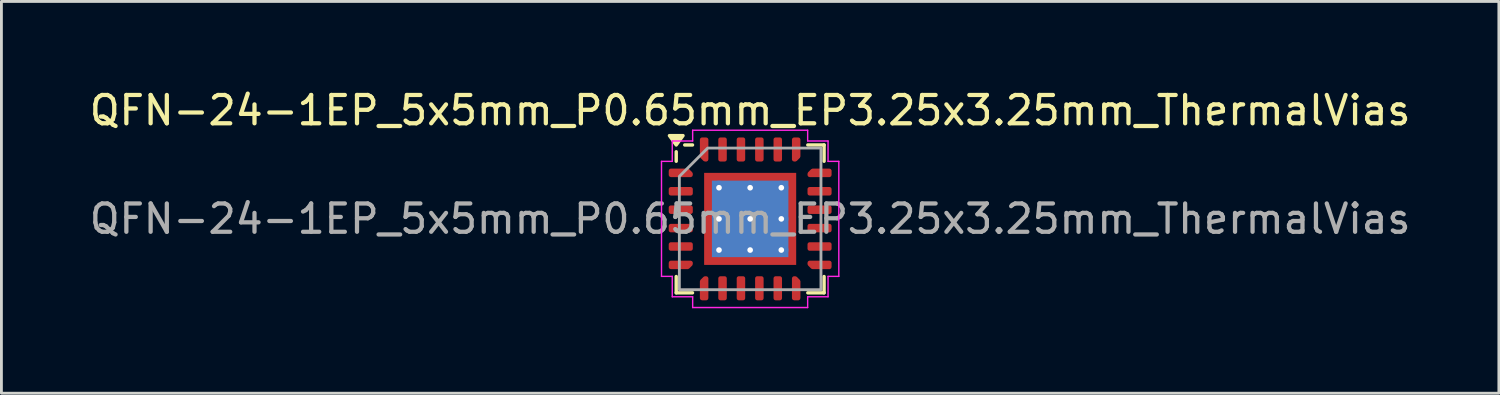
<source format=kicad_pcb>
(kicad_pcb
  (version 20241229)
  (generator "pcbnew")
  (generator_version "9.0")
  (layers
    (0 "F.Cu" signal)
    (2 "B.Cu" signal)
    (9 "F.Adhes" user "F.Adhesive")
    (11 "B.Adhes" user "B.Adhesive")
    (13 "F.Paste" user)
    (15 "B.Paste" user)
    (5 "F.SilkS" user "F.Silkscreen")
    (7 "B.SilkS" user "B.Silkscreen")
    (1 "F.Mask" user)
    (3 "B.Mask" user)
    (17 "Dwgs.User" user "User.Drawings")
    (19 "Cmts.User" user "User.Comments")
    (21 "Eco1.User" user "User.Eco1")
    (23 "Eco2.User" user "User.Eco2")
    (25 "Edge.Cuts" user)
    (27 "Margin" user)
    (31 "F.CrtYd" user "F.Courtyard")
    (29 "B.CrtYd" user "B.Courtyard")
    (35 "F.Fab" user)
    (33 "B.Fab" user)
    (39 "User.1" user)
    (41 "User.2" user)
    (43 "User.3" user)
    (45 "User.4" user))
  (footprint "QFN-24-1EP_5x5mm_P0.65mm_EP3.25x3.25mm_ThermalVias"
    (layer "F.Cu")
    (at 23.435 4.678)
    (property "Reference" "QFN-24-1EP_5x5mm_P0.65mm_EP3.25x3.25mm_ThermalVias" (at 0 -3.83 0) (layer "F.SilkS") (effects (font (size 1 1) (thickness 0.15))))
    (attr smd)
    (fp_line (start -2.61 -2.035) (end -2.61 -2.37) (stroke (width 0.12) (type solid)) (layer "F.SilkS"))
    (fp_line (start -2.61 2.61) (end -2.61 2.035) (stroke (width 0.12) (type solid)) (layer "F.SilkS"))
    (fp_line (start -2.035 -2.61) (end -2.31 -2.61) (stroke (width 0.12) (type solid)) (layer "F.SilkS"))
    (fp_line (start -2.035 2.61) (end -2.61 2.61) (stroke (width 0.12) (type solid)) (layer "F.SilkS"))
    (fp_line (start 2.035 -2.61) (end 2.61 -2.61) (stroke (width 0.12) (type solid)) (layer "F.SilkS"))
    (fp_line (start 2.035 2.61) (end 2.61 2.61) (stroke (width 0.12) (type solid)) (layer "F.SilkS"))
    (fp_line (start 2.61 -2.61) (end 2.61 -2.035) (stroke (width 0.12) (type solid)) (layer "F.SilkS"))
    (fp_line (start 2.61 2.61) (end 2.61 2.035) (stroke (width 0.12) (type solid)) (layer "F.SilkS"))
    (fp_poly (pts (xy -2.61 -2.61) (xy -2.85 -2.94) (xy -2.37 -2.94)) (stroke (width 0.12) (type solid)) (fill yes) (layer "F.SilkS"))
    (fp_line (start -3.13 -2.03) (end -2.75 -2.03) (stroke (width 0.05) (type solid)) (layer "F.CrtYd"))
    (fp_line (start -3.13 2.03) (end -3.13 -2.03) (stroke (width 0.05) (type solid)) (layer "F.CrtYd"))
    (fp_line (start -2.75 -2.75) (end -2.03 -2.75) (stroke (width 0.05) (type solid)) (layer "F.CrtYd"))
    (fp_line (start -2.75 -2.03) (end -2.75 -2.75) (stroke (width 0.05) (type solid)) (layer "F.CrtYd"))
    (fp_line (start -2.75 2.03) (end -3.13 2.03) (stroke (width 0.05) (type solid)) (layer "F.CrtYd"))
    (fp_line (start -2.75 2.75) (end -2.75 2.03) (stroke (width 0.05) (type solid)) (layer "F.CrtYd"))
    (fp_line (start -2.03 -3.13) (end 2.03 -3.13) (stroke (width 0.05) (type solid)) (layer "F.CrtYd"))
    (fp_line (start -2.03 -2.75) (end -2.03 -3.13) (stroke (width 0.05) (type solid)) (layer "F.CrtYd"))
    (fp_line (start -2.03 2.75) (end -2.75 2.75) (stroke (width 0.05) (type solid)) (layer "F.CrtYd"))
    (fp_line (start -2.03 3.13) (end -2.03 2.75) (stroke (width 0.05) (type solid)) (layer "F.CrtYd"))
    (fp_line (start 2.03 -3.13) (end 2.03 -2.75) (stroke (width 0.05) (type solid)) (layer "F.CrtYd"))
    (fp_line (start 2.03 -2.75) (end 2.75 -2.75) (stroke (width 0.05) (type solid)) (layer "F.CrtYd"))
    (fp_line (start 2.03 2.75) (end 2.03 3.13) (stroke (width 0.05) (type solid)) (layer "F.CrtYd"))
    (fp_line (start 2.03 3.13) (end -2.03 3.13) (stroke (width 0.05) (type solid)) (layer "F.CrtYd"))
    (fp_line (start 2.75 -2.75) (end 2.75 -2.03) (stroke (width 0.05) (type solid)) (layer "F.CrtYd"))
    (fp_line (start 2.75 -2.03) (end 3.13 -2.03) (stroke (width 0.05) (type solid)) (layer "F.CrtYd"))
    (fp_line (start 2.75 2.03) (end 2.75 2.75) (stroke (width 0.05) (type solid)) (layer "F.CrtYd"))
    (fp_line (start 2.75 2.75) (end 2.03 2.75) (stroke (width 0.05) (type solid)) (layer "F.CrtYd"))
    (fp_line (start 3.13 -2.03) (end 3.13 2.03) (stroke (width 0.05) (type solid)) (layer "F.CrtYd"))
    (fp_line (start 3.13 2.03) (end 2.75 2.03) (stroke (width 0.05) (type solid)) (layer "F.CrtYd"))
    (fp_poly (pts (xy -2.5 -1.5) (xy -2.5 2.5) (xy 2.5 2.5) (xy 2.5 -2.5) (xy -1.5 -2.5)) (stroke (width 0.1) (type solid)) (fill no) (layer "F.Fab"))
    (fp_text user "${REFERENCE}" (at 0 0 0) (layer "F.Fab") (effects (font (size 1 1) (thickness 0.15))))
    (pad "" smd roundrect (at -0.81 -0.81) (size 1.31 1.31) (layers "F.Paste") (roundrect_rratio 0.191))
    (pad "" smd roundrect (at -0.81 0.81) (size 1.31 1.31) (layers "F.Paste") (roundrect_rratio 0.191))
    (pad "" smd roundrect (at 0.81 -0.81) (size 1.31 1.31) (layers "F.Paste") (roundrect_rratio 0.191))
    (pad "" smd roundrect (at 0.81 0.81) (size 1.31 1.31) (layers "F.Paste") (roundrect_rratio 0.191))
    (pad "1" smd custom (at -2.45 -1.625) (size 0.194 0.194) (layers "F.Cu" "F.Mask" "F.Paste") (options (anchor circle)) (primitives (gr_poly (pts (xy -0.35 -0.075) (xy 0.244 -0.075) (xy 0.35 0.031) (xy 0.35 0.075) (xy -0.35 0.075)) (width 0.15) (fill yes))))
    (pad "2" smd roundrect (at -2.45 -0.975) (size 0.85 0.3) (layers "F.Cu" "F.Mask" "F.Paste") (roundrect_rratio 0.25))
    (pad "3" smd roundrect (at -2.45 -0.325) (size 0.85 0.3) (layers "F.Cu" "F.Mask" "F.Paste") (roundrect_rratio 0.25))
    (pad "4" smd roundrect (at -2.45 0.325) (size 0.85 0.3) (layers "F.Cu" "F.Mask" "F.Paste") (roundrect_rratio 0.25))
    (pad "5" smd roundrect (at -2.45 0.975) (size 0.85 0.3) (layers "F.Cu" "F.Mask" "F.Paste") (roundrect_rratio 0.25))
    (pad "6" smd custom (at -2.45 1.625) (size 0.194 0.194) (layers "F.Cu" "F.Mask" "F.Paste") (options (anchor circle)) (primitives (gr_poly (pts (xy -0.35 -0.075) (xy 0.35 -0.075) (xy 0.35 -0.031) (xy 0.244 0.075) (xy -0.35 0.075)) (width 0.15) (fill yes))))
    (pad "7" smd custom (at -1.625 2.45) (size 0.194 0.194) (layers "F.Cu" "F.Mask" "F.Paste") (options (anchor circle)) (primitives (gr_poly (pts (xy -0.075 -0.244) (xy 0.031 -0.35) (xy 0.075 -0.35) (xy 0.075 0.35) (xy -0.075 0.35)) (width 0.15) (fill yes))))
    (pad "8" smd roundrect (at -0.975 2.45) (size 0.3 0.85) (layers "F.Cu" "F.Mask" "F.Paste") (roundrect_rratio 0.25))
    (pad "9" smd roundrect (at -0.325 2.45) (size 0.3 0.85) (layers "F.Cu" "F.Mask" "F.Paste") (roundrect_rratio 0.25))
    (pad "10" smd roundrect (at 0.325 2.45) (size 0.3 0.85) (layers "F.Cu" "F.Mask" "F.Paste") (roundrect_rratio 0.25))
    (pad "11" smd roundrect (at 0.975 2.45) (size 0.3 0.85) (layers "F.Cu" "F.Mask" "F.Paste") (roundrect_rratio 0.25))
    (pad "12" smd custom (at 1.625 2.45) (size 0.194 0.194) (layers "F.Cu" "F.Mask" "F.Paste") (options (anchor circle)) (primitives (gr_poly (pts (xy -0.075 -0.35) (xy -0.031 -0.35) (xy 0.075 -0.244) (xy 0.075 0.35) (xy -0.075 0.35)) (width 0.15) (fill yes))))
    (pad "13" smd custom (at 2.45 1.625) (size 0.194 0.194) (layers "F.Cu" "F.Mask" "F.Paste") (options (anchor circle)) (primitives (gr_poly (pts (xy -0.35 -0.075) (xy 0.35 -0.075) (xy 0.35 0.075) (xy -0.244 0.075) (xy -0.35 -0.031)) (width 0.15) (fill yes))))
    (pad "14" smd roundrect (at 2.45 0.975) (size 0.85 0.3) (layers "F.Cu" "F.Mask" "F.Paste") (roundrect_rratio 0.25))
    (pad "15" smd roundrect (at 2.45 0.325) (size 0.85 0.3) (layers "F.Cu" "F.Mask" "F.Paste") (roundrect_rratio 0.25))
    (pad "16" smd roundrect (at 2.45 -0.325) (size 0.85 0.3) (layers "F.Cu" "F.Mask" "F.Paste") (roundrect_rratio 0.25))
    (pad "17" smd roundrect (at 2.45 -0.975) (size 0.85 0.3) (layers "F.Cu" "F.Mask" "F.Paste") (roundrect_rratio 0.25))
    (pad "18" smd custom (at 2.45 -1.625) (size 0.194 0.194) (layers "F.Cu" "F.Mask" "F.Paste") (options (anchor circle)) (primitives (gr_poly (pts (xy -0.35 0.031) (xy -0.244 -0.075) (xy 0.35 -0.075) (xy 0.35 0.075) (xy -0.35 0.075)) (width 0.15) (fill yes))))
    (pad "19" smd custom (at 1.625 -2.45) (size 0.194 0.194) (layers "F.Cu" "F.Mask" "F.Paste") (options (anchor circle)) (primitives (gr_poly (pts (xy -0.075 -0.35) (xy 0.075 -0.35) (xy 0.075 0.244) (xy -0.031 0.35) (xy -0.075 0.35)) (width 0.15) (fill yes))))
    (pad "20" smd roundrect (at 0.975 -2.45) (size 0.3 0.85) (layers "F.Cu" "F.Mask" "F.Paste") (roundrect_rratio 0.25))
    (pad "21" smd roundrect (at 0.325 -2.45) (size 0.3 0.85) (layers "F.Cu" "F.Mask" "F.Paste") (roundrect_rratio 0.25))
    (pad "22" smd roundrect (at -0.325 -2.45) (size 0.3 0.85) (layers "F.Cu" "F.Mask" "F.Paste") (roundrect_rratio 0.25))
    (pad "23" smd roundrect (at -0.975 -2.45) (size 0.3 0.85) (layers "F.Cu" "F.Mask" "F.Paste") (roundrect_rratio 0.25))
    (pad "24" smd custom (at -1.625 -2.45) (size 0.194 0.194) (layers "F.Cu" "F.Mask" "F.Paste") (options (anchor circle)) (primitives (gr_poly (pts (xy -0.075 -0.35) (xy 0.075 -0.35) (xy 0.075 0.35) (xy 0.031 0.35) (xy -0.075 0.244)) (width 0.15) (fill yes))))
    (pad "25" thru_hole circle (at -1.1 -1.1) (size 0.5 0.5) (drill 0.2) (property pad_prop_heatsink) (layers "*.Cu"))
    (pad "25" thru_hole circle (at -1.1 0) (size 0.5 0.5) (drill 0.2) (property pad_prop_heatsink) (layers "*.Cu"))
    (pad "25" thru_hole circle (at -1.1 1.1) (size 0.5 0.5) (drill 0.2) (property pad_prop_heatsink) (layers "*.Cu"))
    (pad "25" thru_hole circle (at 0 -1.1) (size 0.5 0.5) (drill 0.2) (property pad_prop_heatsink) (layers "*.Cu"))
    (pad "25" thru_hole circle (at 0 0) (size 0.5 0.5) (drill 0.2) (property pad_prop_heatsink) (layers "*.Cu"))
    (pad "25" smd rect (at 0 0) (size 2.7 2.7) (property pad_prop_heatsink) (layers "B.Cu"))
    (pad "25" smd rect (at 0 0) (size 3.25 3.25) (property pad_prop_heatsink) (layers "F.Cu" "F.Mask"))
    (pad "25" thru_hole circle (at 0 1.1) (size 0.5 0.5) (drill 0.2) (property pad_prop_heatsink) (layers "*.Cu"))
    (pad "25" thru_hole circle (at 1.1 -1.1) (size 0.5 0.5) (drill 0.2) (property pad_prop_heatsink) (layers "*.Cu"))
    (pad "25" thru_hole circle (at 1.1 0) (size 0.5 0.5) (drill 0.2) (property pad_prop_heatsink) (layers "*.Cu"))
    (pad "25" thru_hole circle (at 1.1 1.1) (size 0.5 0.5) (drill 0.2) (property pad_prop_heatsink) (layers "*.Cu")))
  (gr_rect
    (start -3 -3)
    (end 49.869 10.833)
    (stroke (width 0.1) (type default))
    (fill no)
    (layer "Edge.Cuts")))
</source>
